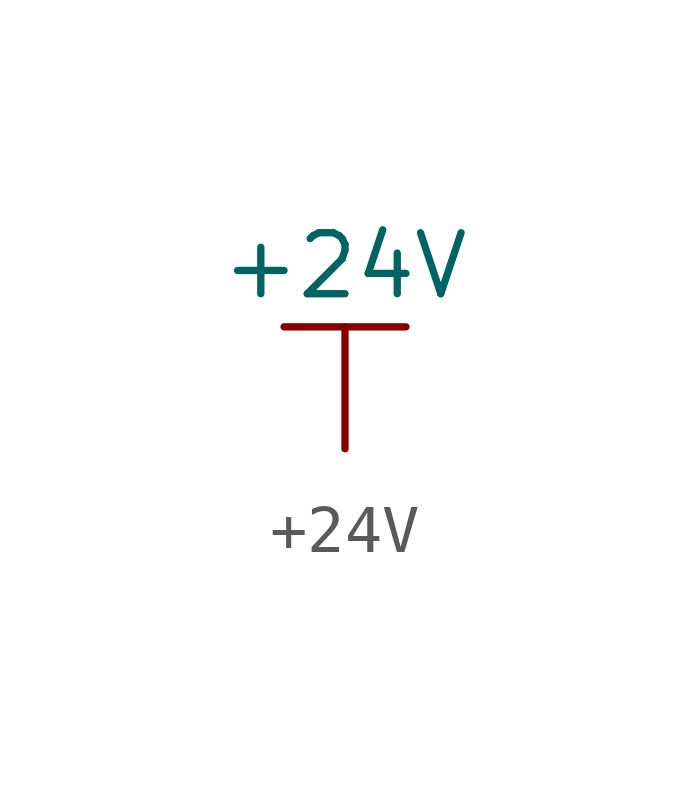
<source format=kicad_sym>
(kicad_symbol_lib
  (version 20211014)
  (generator kicad_symbol_editor)
  (symbol "+24V"
    (power)
    (pin_names
      (offset 0))
    (property "Reference" "#PWR"
      (at 0 -3.81 0)
      (effects (font (size 1.27 1.27)) hide))
    (property "Value" "+24V"
      (at 0 3.81 0)
      (effects (font (size 1.27 1.27))))
    (symbol "+24V_0_1"
      (polyline (pts (xy -1.27 2.54) (xy 1.27 2.54)) (stroke (width 0) (type default) (color 0 0 0 0)) (fill (type none)))
      (polyline (pts (xy 0 0) (xy 0 2.54)) (stroke (width 0) (type default) (color 0 0 0 0)) (fill (type none))))
    (symbol "+24V_1_1"
      (pin power_in line (at 0 0 90) (length 0) hide (name "+24V" (effects (font (size 1.27 1.27)))) (number "1" (effects (font (size 1.27 1.27))))))))
</source>
